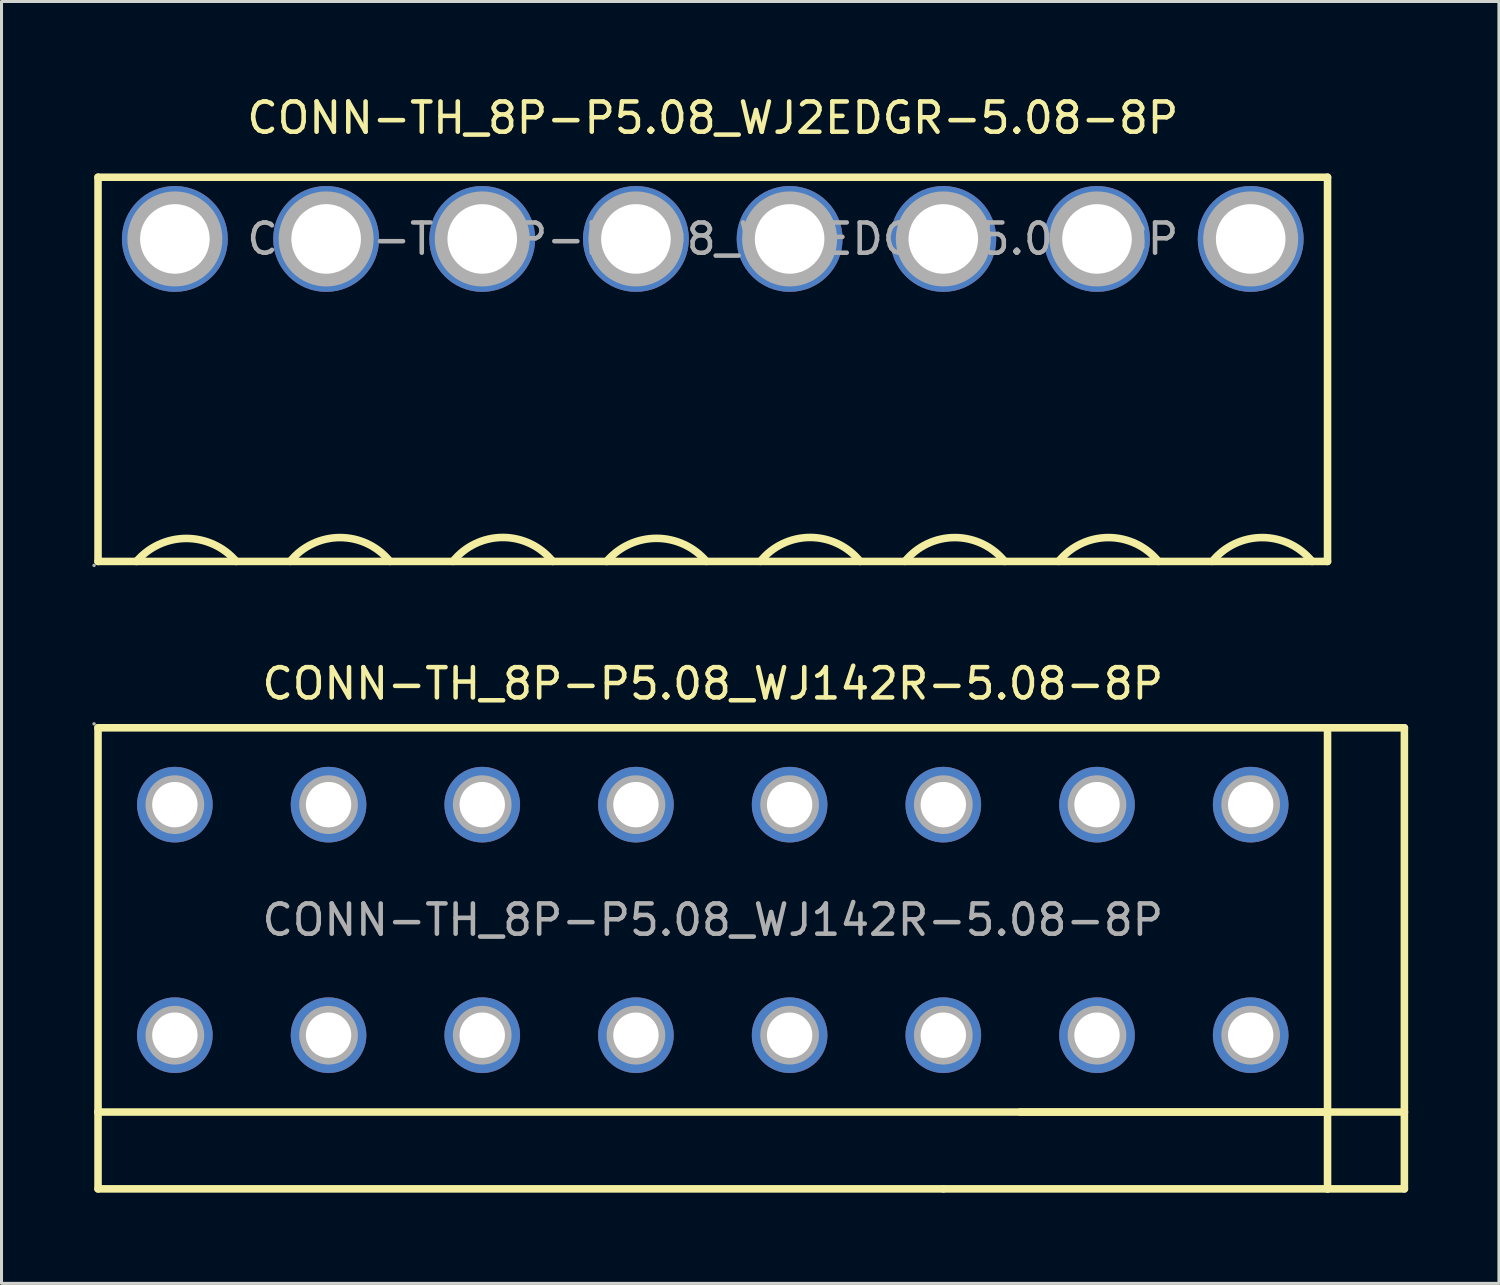
<source format=kicad_pcb>
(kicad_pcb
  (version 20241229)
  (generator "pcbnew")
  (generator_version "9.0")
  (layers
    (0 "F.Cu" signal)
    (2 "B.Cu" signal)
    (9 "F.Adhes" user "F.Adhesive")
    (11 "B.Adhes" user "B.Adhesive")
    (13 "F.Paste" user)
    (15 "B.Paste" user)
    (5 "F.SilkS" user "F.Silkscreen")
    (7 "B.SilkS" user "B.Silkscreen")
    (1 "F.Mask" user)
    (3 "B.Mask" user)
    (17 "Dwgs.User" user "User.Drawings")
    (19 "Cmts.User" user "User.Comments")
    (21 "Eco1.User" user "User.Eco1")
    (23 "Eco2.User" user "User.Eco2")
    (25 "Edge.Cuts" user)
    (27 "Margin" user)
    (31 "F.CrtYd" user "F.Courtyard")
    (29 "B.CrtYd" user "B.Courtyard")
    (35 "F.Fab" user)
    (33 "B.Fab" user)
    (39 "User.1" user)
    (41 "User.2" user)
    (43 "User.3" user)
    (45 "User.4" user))
  (footprint "CONN-TH_8P-P5.08_WJ2EDGR-5.08-8P"
    (layer "F.Cu")
    (at 20.51 4.848)
    (property "Reference" "CONN-TH_8P-P5.08_WJ2EDGR-5.08-8P" (at 0 -4 0) (layer "F.SilkS") (effects (font (size 1 1) (thickness 0.15))))
    (attr through_hole)
    (fp_line (start -20.32 -2.04) (end -20.32 10.66) (stroke (width 0.25) (type solid)) (layer "F.SilkS"))
    (fp_line (start -20.32 -2.04) (end 20.32 -2.04) (stroke (width 0.25) (type solid)) (layer "F.SilkS"))
    (fp_line (start -20.32 10.66) (end 20.32 10.66) (stroke (width 0.25) (type solid)) (layer "F.SilkS"))
    (fp_line (start 20.32 -2.04) (end 20.32 10.66) (stroke (width 0.25) (type solid)) (layer "F.SilkS"))
    (fp_arc (start -19.050511 10.660599) (mid -17.400394 9.899609) (end -15.75 10.66) (stroke (width 0.25) (type solid)) (layer "F.SilkS"))
    (fp_arc (start -13.968881 10.658614) (mid -12.319109 9.870709) (end -10.67 10.66) (stroke (width 0.25) (type solid)) (layer "F.SilkS"))
    (fp_arc (start -8.589069 10.658837) (mid -6.939255 9.866969) (end -5.29 10.66) (stroke (width 0.25) (type solid)) (layer "F.SilkS"))
    (fp_arc (start -3.510689 10.660812) (mid -1.860532 9.896091) (end -0.21 10.66) (stroke (width 0.25) (type solid)) (layer "F.SilkS"))
    (fp_arc (start 1.570931 10.658837) (mid 3.220745 9.866969) (end 4.87 10.66) (stroke (width 0.25) (type solid)) (layer "F.SilkS"))
    (fp_arc (start 6.351119 10.658614) (mid 8.000891 9.870709) (end 9.65 10.66) (stroke (width 0.25) (type solid)) (layer "F.SilkS"))
    (fp_arc (start 11.431119 10.658614) (mid 13.080891 9.870709) (end 14.73 10.66) (stroke (width 0.25) (type solid)) (layer "F.SilkS"))
    (fp_arc (start 16.511119 10.658614) (mid 18.160891 9.870709) (end 19.81 10.66) (stroke (width 0.25) (type solid)) (layer "F.SilkS"))
    (fp_circle (center -20.45 10.79) (end -20.42 10.79) (stroke (width 0.06) (type solid)) (fill no) (layer "F.Fab"))
    (fp_circle (center -17.78 0) (end -17.26 0) (stroke (width 1.05) (type solid)) (fill no) (layer "F.Fab"))
    (fp_circle (center -12.78 0) (end -12.26 0) (stroke (width 1.05) (type solid)) (fill no) (layer "F.Fab"))
    (fp_circle (center -7.62 0) (end -7.1 0) (stroke (width 1.05) (type solid)) (fill no) (layer "F.Fab"))
    (fp_circle (center -2.54 0) (end -2.02 0) (stroke (width 1.05) (type solid)) (fill no) (layer "F.Fab"))
    (fp_circle (center 2.54 0) (end 3.06 0) (stroke (width 1.05) (type solid)) (fill no) (layer "F.Fab"))
    (fp_circle (center 7.62 0) (end 8.14 0) (stroke (width 1.05) (type solid)) (fill no) (layer "F.Fab"))
    (fp_circle (center 12.7 0) (end 13.22 0) (stroke (width 1.05) (type solid)) (fill no) (layer "F.Fab"))
    (fp_circle (center 17.78 0) (end 18.3 0) (stroke (width 1.05) (type solid)) (fill no) (layer "F.Fab"))
    (fp_text user "${REFERENCE}" (at 0 0 0) (layer "F.Fab") (effects (font (size 1 1) (thickness 0.15))))
    (pad "1" thru_hole circle (at -17.78 0) (size 3.5 3.5) (drill 2.3) (layers "*.Cu" "*.Paste" "*.Mask"))
    (pad "2" thru_hole circle (at -12.78 0) (size 3.5 3.5) (drill 2.3) (layers "*.Cu" "*.Paste" "*.Mask"))
    (pad "3" thru_hole circle (at -7.62 0) (size 3.5 3.5) (drill 2.3) (layers "*.Cu" "*.Paste" "*.Mask"))
    (pad "4" thru_hole circle (at -2.54 0) (size 3.5 3.5) (drill 2.3) (layers "*.Cu" "*.Paste" "*.Mask"))
    (pad "5" thru_hole circle (at 2.54 0) (size 3.5 3.5) (drill 2.3) (layers "*.Cu" "*.Paste" "*.Mask"))
    (pad "6" thru_hole circle (at 7.62 0) (size 3.5 3.5) (drill 2.3) (layers "*.Cu" "*.Paste" "*.Mask"))
    (pad "7" thru_hole circle (at 12.7 0) (size 3.5 3.5) (drill 2.3) (layers "*.Cu" "*.Paste" "*.Mask"))
    (pad "8" thru_hole circle (at 17.78 0) (size 3.5 3.5) (drill 2.3) (layers "*.Cu" "*.Paste" "*.Mask")))
  (footprint "CONN-TH_8P-P5.08_WJ142R-5.08-8P"
    (layer "F.Cu")
    (at 20.51 27.357)
    (property "Reference" "CONN-TH_8P-P5.08_WJ142R-5.08-8P" (at 0 -7.81 0) (layer "F.SilkS") (effects (font (size 1 1) (thickness 0.15))))
    (attr through_hole)
    (fp_line (start -20.32 -6.35) (end 20.32 -6.35) (stroke (width 0.25) (type solid)) (layer "F.SilkS"))
    (fp_line (start -20.32 6.35) (end -20.32 -6.35) (stroke (width 0.25) (type solid)) (layer "F.SilkS"))
    (fp_line (start -20.32 6.35) (end -20.32 8.89) (stroke (width 0.25) (type solid)) (layer "F.SilkS"))
    (fp_line (start -20.32 8.89) (end 7.62 8.89) (stroke (width 0.25) (type solid)) (layer "F.SilkS"))
    (fp_line (start 10.16 6.35) (end 20.32 6.35) (stroke (width 0.25) (type solid)) (layer "F.SilkS"))
    (fp_line (start 20.32 -6.35) (end 20.32 6.35) (stroke (width 0.25) (type solid)) (layer "F.SilkS"))
    (fp_line (start 20.32 -6.35) (end 22.86 -6.35) (stroke (width 0.25) (type solid)) (layer "F.SilkS"))
    (fp_line (start 20.32 6.35) (end -20.32 6.35) (stroke (width 0.25) (type solid)) (layer "F.SilkS"))
    (fp_line (start 20.32 6.35) (end 20.32 8.89) (stroke (width 0.25) (type solid)) (layer "F.SilkS"))
    (fp_line (start 20.32 8.89) (end 7.62 8.89) (stroke (width 0.25) (type solid)) (layer "F.SilkS"))
    (fp_line (start 22.86 -6.35) (end 22.86 6.35) (stroke (width 0.25) (type solid)) (layer "F.SilkS"))
    (fp_line (start 22.86 6.35) (end 20.32 6.35) (stroke (width 0.25) (type solid)) (layer "F.SilkS"))
    (fp_line (start 22.86 6.35) (end 22.86 8.89) (stroke (width 0.25) (type solid)) (layer "F.SilkS"))
    (fp_line (start 22.86 8.89) (end 20.32 8.89) (stroke (width 0.25) (type solid)) (layer "F.SilkS"))
    (fp_circle (center -20.45 -6.48) (end -20.42 -6.48) (stroke (width 0.06) (type solid)) (fill no) (layer "F.Fab"))
    (fp_circle (center -17.78 -3.81) (end -17.46 -3.81) (stroke (width 0.65) (type solid)) (fill no) (layer "F.Fab"))
    (fp_circle (center -17.78 3.81) (end -17.46 3.81) (stroke (width 0.65) (type solid)) (fill no) (layer "F.Fab"))
    (fp_circle (center -12.7 -3.81) (end -12.38 -3.81) (stroke (width 0.65) (type solid)) (fill no) (layer "F.Fab"))
    (fp_circle (center -12.7 3.81) (end -12.38 3.81) (stroke (width 0.65) (type solid)) (fill no) (layer "F.Fab"))
    (fp_circle (center -7.62 -3.81) (end -7.3 -3.81) (stroke (width 0.65) (type solid)) (fill no) (layer "F.Fab"))
    (fp_circle (center -7.62 3.81) (end -7.3 3.81) (stroke (width 0.65) (type solid)) (fill no) (layer "F.Fab"))
    (fp_circle (center -2.54 -3.81) (end -2.22 -3.81) (stroke (width 0.65) (type solid)) (fill no) (layer "F.Fab"))
    (fp_circle (center -2.54 3.81) (end -2.22 3.81) (stroke (width 0.65) (type solid)) (fill no) (layer "F.Fab"))
    (fp_circle (center 2.54 -3.81) (end 2.86 -3.81) (stroke (width 0.65) (type solid)) (fill no) (layer "F.Fab"))
    (fp_circle (center 2.54 3.81) (end 2.86 3.81) (stroke (width 0.65) (type solid)) (fill no) (layer "F.Fab"))
    (fp_circle (center 7.62 -3.81) (end 7.94 -3.81) (stroke (width 0.65) (type solid)) (fill no) (layer "F.Fab"))
    (fp_circle (center 7.62 3.81) (end 7.94 3.81) (stroke (width 0.65) (type solid)) (fill no) (layer "F.Fab"))
    (fp_circle (center 12.7 -3.81) (end 13.02 -3.81) (stroke (width 0.65) (type solid)) (fill no) (layer "F.Fab"))
    (fp_circle (center 12.7 3.81) (end 13.02 3.81) (stroke (width 0.65) (type solid)) (fill no) (layer "F.Fab"))
    (fp_circle (center 17.78 -3.81) (end 18.1 -3.81) (stroke (width 0.65) (type solid)) (fill no) (layer "F.Fab"))
    (fp_circle (center 17.78 3.81) (end 18.1 3.81) (stroke (width 0.65) (type solid)) (fill no) (layer "F.Fab"))
    (fp_text user "${REFERENCE}" (at 0 0 0) (layer "F.Fab") (effects (font (size 1 1) (thickness 0.15))))
    (pad "1" thru_hole circle (at -17.78 -3.81) (size 2.5 2.5) (drill 1.5) (layers "*.Cu" "*.Paste" "*.Mask"))
    (pad "1" thru_hole circle (at -17.78 3.81) (size 2.5 2.5) (drill 1.5) (layers "*.Cu" "*.Paste" "*.Mask"))
    (pad "2" thru_hole circle (at -12.7 -3.81) (size 2.5 2.5) (drill 1.5) (layers "*.Cu" "*.Paste" "*.Mask"))
    (pad "2" thru_hole circle (at -12.7 3.81) (size 2.5 2.5) (drill 1.5) (layers "*.Cu" "*.Paste" "*.Mask"))
    (pad "3" thru_hole circle (at -7.62 -3.81) (size 2.5 2.5) (drill 1.5) (layers "*.Cu" "*.Paste" "*.Mask"))
    (pad "3" thru_hole circle (at -7.62 3.81) (size 2.5 2.5) (drill 1.5) (layers "*.Cu" "*.Paste" "*.Mask"))
    (pad "4" thru_hole circle (at -2.54 -3.81) (size 2.5 2.5) (drill 1.5) (layers "*.Cu" "*.Paste" "*.Mask"))
    (pad "4" thru_hole circle (at -2.54 3.81) (size 2.5 2.5) (drill 1.5) (layers "*.Cu" "*.Paste" "*.Mask"))
    (pad "5" thru_hole circle (at 2.54 -3.81) (size 2.5 2.5) (drill 1.5) (layers "*.Cu" "*.Paste" "*.Mask"))
    (pad "5" thru_hole circle (at 2.54 3.81) (size 2.5 2.5) (drill 1.5) (layers "*.Cu" "*.Paste" "*.Mask"))
    (pad "6" thru_hole circle (at 7.62 -3.81) (size 2.5 2.5) (drill 1.5) (layers "*.Cu" "*.Paste" "*.Mask"))
    (pad "6" thru_hole circle (at 7.62 3.81) (size 2.5 2.5) (drill 1.5) (layers "*.Cu" "*.Paste" "*.Mask"))
    (pad "7" thru_hole circle (at 12.7 -3.81) (size 2.5 2.5) (drill 1.5) (layers "*.Cu" "*.Paste" "*.Mask"))
    (pad "7" thru_hole circle (at 12.7 3.81) (size 2.5 2.5) (drill 1.5) (layers "*.Cu" "*.Paste" "*.Mask"))
    (pad "8" thru_hole circle (at 17.78 -3.81) (size 2.5 2.5) (drill 1.5) (layers "*.Cu" "*.Paste" "*.Mask"))
    (pad "8" thru_hole circle (at 17.78 3.81) (size 2.5 2.5) (drill 1.5) (layers "*.Cu" "*.Paste" "*.Mask")))
  (gr_rect
    (start -3 -3)
    (end 46.495 39.371)
    (stroke (width 0.1) (type default))
    (fill no)
    (layer "Edge.Cuts")))
</source>
